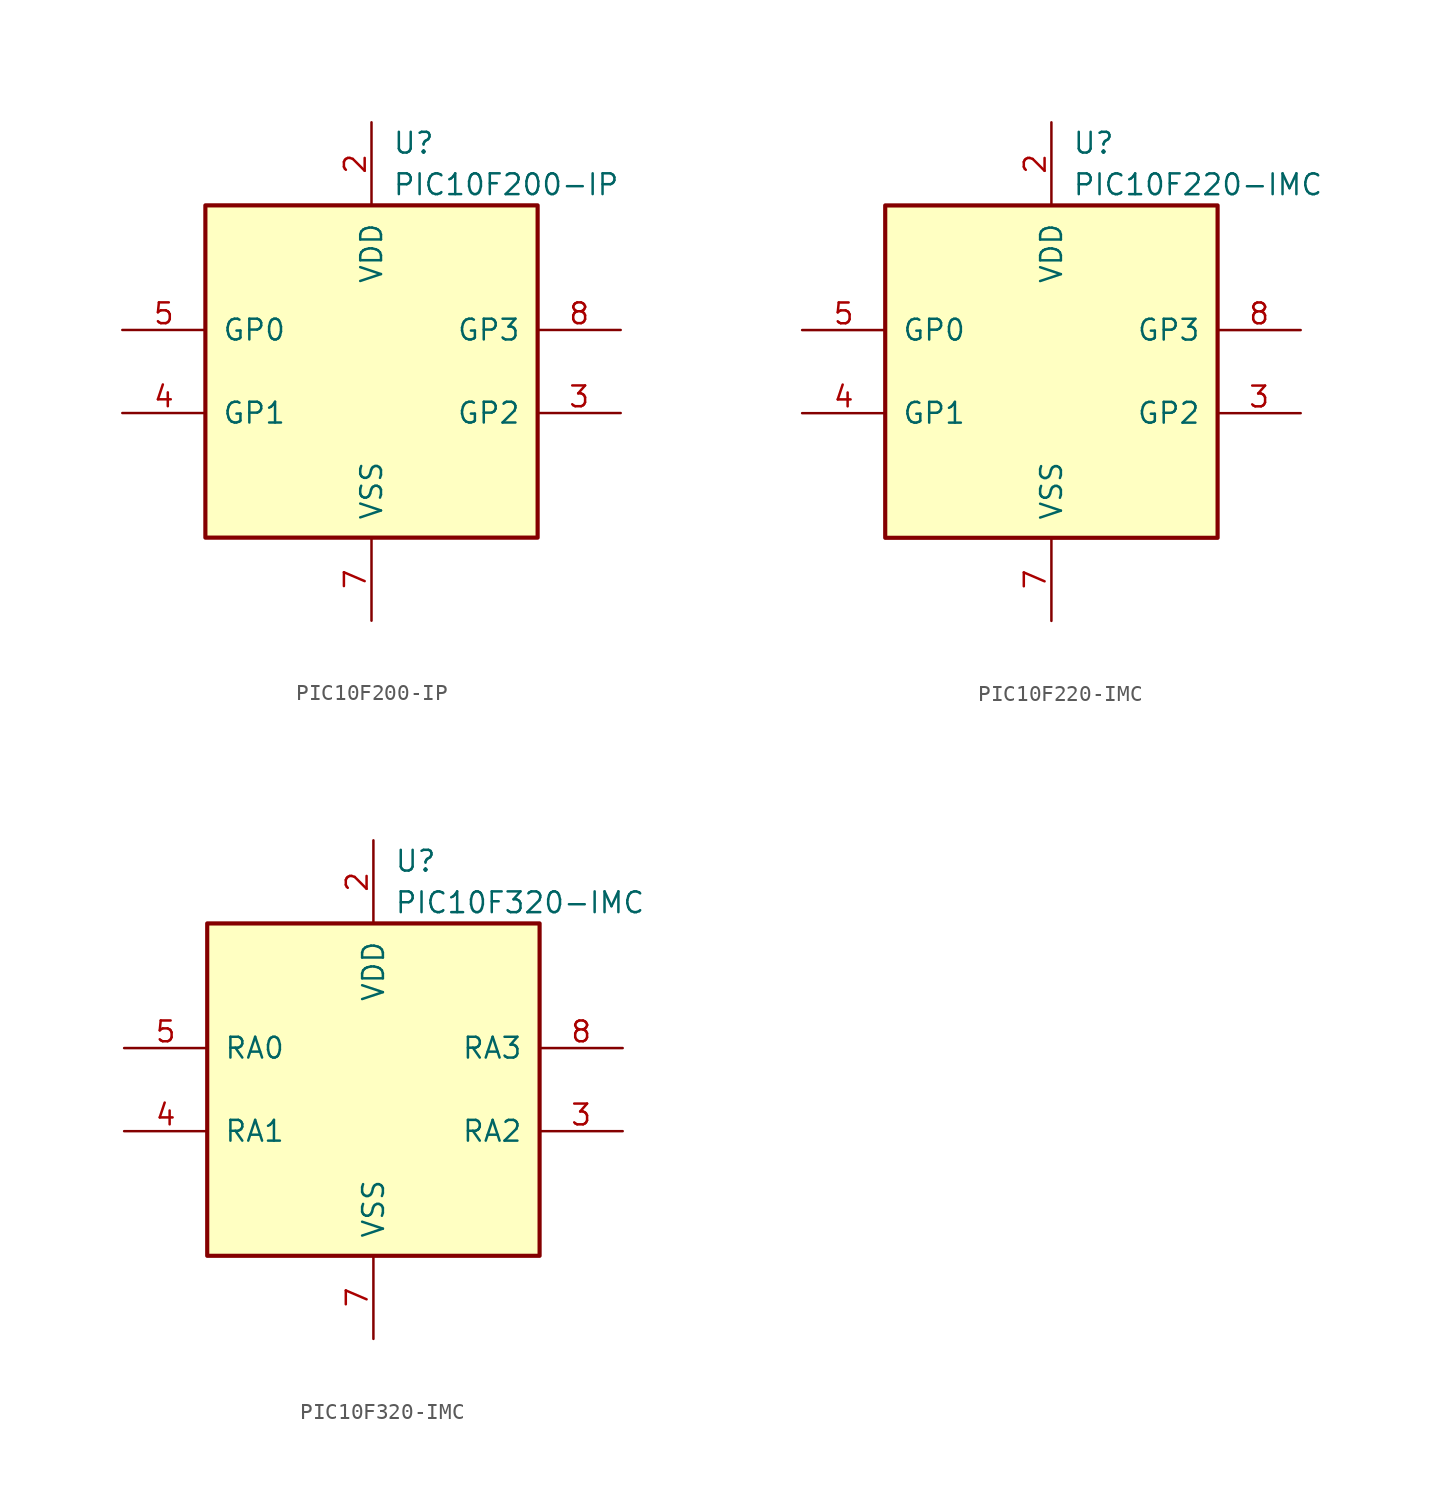
<source format=kicad_sym>
(kicad_symbol_lib
  (version 20241209)
  (generator "kicad_symbol_editor")
  (generator_version "9.0")
  (symbol "PIC10F200-IP"
    (pin_names
      (offset 1.016))
    (property "Reference" "U"
      (at 1.27 13.97 0)
      (effects (font (size 1.27 1.27)) (justify left)))
    (property "Value" "PIC10F200-IP"
      (at 1.27 11.43 0)
      (effects (font (size 1.27 1.27)) (justify left)))
    (symbol "PIC10F200-IP_0_1"
      (rectangle (start -10.16 10.16) (end 10.16 -10.16) (stroke (width 0.254) (type default)) (fill (type background))))
    (symbol "PIC10F200-IP_1_1"
      (pin bidirectional line (at -15.24 2.54 0) (length 5.08) (name "GP0" (effects (font (size 1.27 1.27)))) (number "5" (effects (font (size 1.27 1.27)))))
      (pin bidirectional line (at -15.24 -2.54 0) (length 5.08) (name "GP1" (effects (font (size 1.27 1.27)))) (number "4" (effects (font (size 1.27 1.27)))))
      (pin power_in line (at 0 15.24 270) (length 5.08) (name "VDD" (effects (font (size 1.27 1.27)))) (number "2" (effects (font (size 1.27 1.27)))))
      (pin power_in line (at 0 -15.24 90) (length 5.08) (name "VSS" (effects (font (size 1.27 1.27)))) (number "7" (effects (font (size 1.27 1.27)))))
      (pin input line (at 15.24 2.54 180) (length 5.08) (name "GP3" (effects (font (size 1.27 1.27)))) (number "8" (effects (font (size 1.27 1.27)))))
      (pin bidirectional line (at 15.24 -2.54 180) (length 5.08) (name "GP2" (effects (font (size 1.27 1.27)))) (number "3" (effects (font (size 1.27 1.27)))))))
  (symbol "PIC10F220-IMC"
    (pin_names
      (offset 1.016))
    (property "Reference" "U"
      (at 1.27 13.97 0)
      (effects (font (size 1.27 1.27)) (justify left)))
    (property "Value" "PIC10F220-IMC"
      (at 1.27 11.43 0)
      (effects (font (size 1.27 1.27)) (justify left)))
    (symbol "PIC10F220-IMC_0_1"
      (rectangle (start -10.16 10.16) (end 10.16 -10.16) (stroke (width 0.254) (type default)) (fill (type background))))
    (symbol "PIC10F220-IMC_1_1"
      (pin bidirectional line (at -15.24 2.54 0) (length 5.08) (name "GP0" (effects (font (size 1.27 1.27)))) (number "5" (effects (font (size 1.27 1.27)))))
      (pin bidirectional line (at -15.24 -2.54 0) (length 5.08) (name "GP1" (effects (font (size 1.27 1.27)))) (number "4" (effects (font (size 1.27 1.27)))))
      (pin power_in line (at 0 15.24 270) (length 5.08) (name "VDD" (effects (font (size 1.27 1.27)))) (number "2" (effects (font (size 1.27 1.27)))))
      (pin power_in line (at 0 -15.24 90) (length 5.08) (name "VSS" (effects (font (size 1.27 1.27)))) (number "7" (effects (font (size 1.27 1.27)))))
      (pin input line (at 15.24 2.54 180) (length 5.08) (name "GP3" (effects (font (size 1.27 1.27)))) (number "8" (effects (font (size 1.27 1.27)))))
      (pin bidirectional line (at 15.24 -2.54 180) (length 5.08) (name "GP2" (effects (font (size 1.27 1.27)))) (number "3" (effects (font (size 1.27 1.27)))))))
  (symbol "PIC10F320-IMC"
    (pin_names
      (offset 1.016))
    (property "Reference" "U"
      (at 1.27 13.97 0)
      (effects (font (size 1.27 1.27)) (justify left)))
    (property "Value" "PIC10F320-IMC"
      (at 1.27 11.43 0)
      (effects (font (size 1.27 1.27)) (justify left)))
    (symbol "PIC10F320-IMC_0_1"
      (rectangle (start -10.16 10.16) (end 10.16 -10.16) (stroke (width 0.254) (type default)) (fill (type background))))
    (symbol "PIC10F320-IMC_1_1"
      (pin bidirectional line (at -15.24 2.54 0) (length 5.08) (name "RA0" (effects (font (size 1.27 1.27)))) (number "5" (effects (font (size 1.27 1.27)))))
      (pin bidirectional line (at -15.24 -2.54 0) (length 5.08) (name "RA1" (effects (font (size 1.27 1.27)))) (number "4" (effects (font (size 1.27 1.27)))))
      (pin power_in line (at 0 15.24 270) (length 5.08) (name "VDD" (effects (font (size 1.27 1.27)))) (number "2" (effects (font (size 1.27 1.27)))))
      (pin power_in line (at 0 -15.24 90) (length 5.08) (name "VSS" (effects (font (size 1.27 1.27)))) (number "7" (effects (font (size 1.27 1.27)))))
      (pin input line (at 15.24 2.54 180) (length 5.08) (name "RA3" (effects (font (size 1.27 1.27)))) (number "8" (effects (font (size 1.27 1.27)))))
      (pin bidirectional line (at 15.24 -2.54 180) (length 5.08) (name "RA2" (effects (font (size 1.27 1.27)))) (number "3" (effects (font (size 1.27 1.27))))))))
</source>
